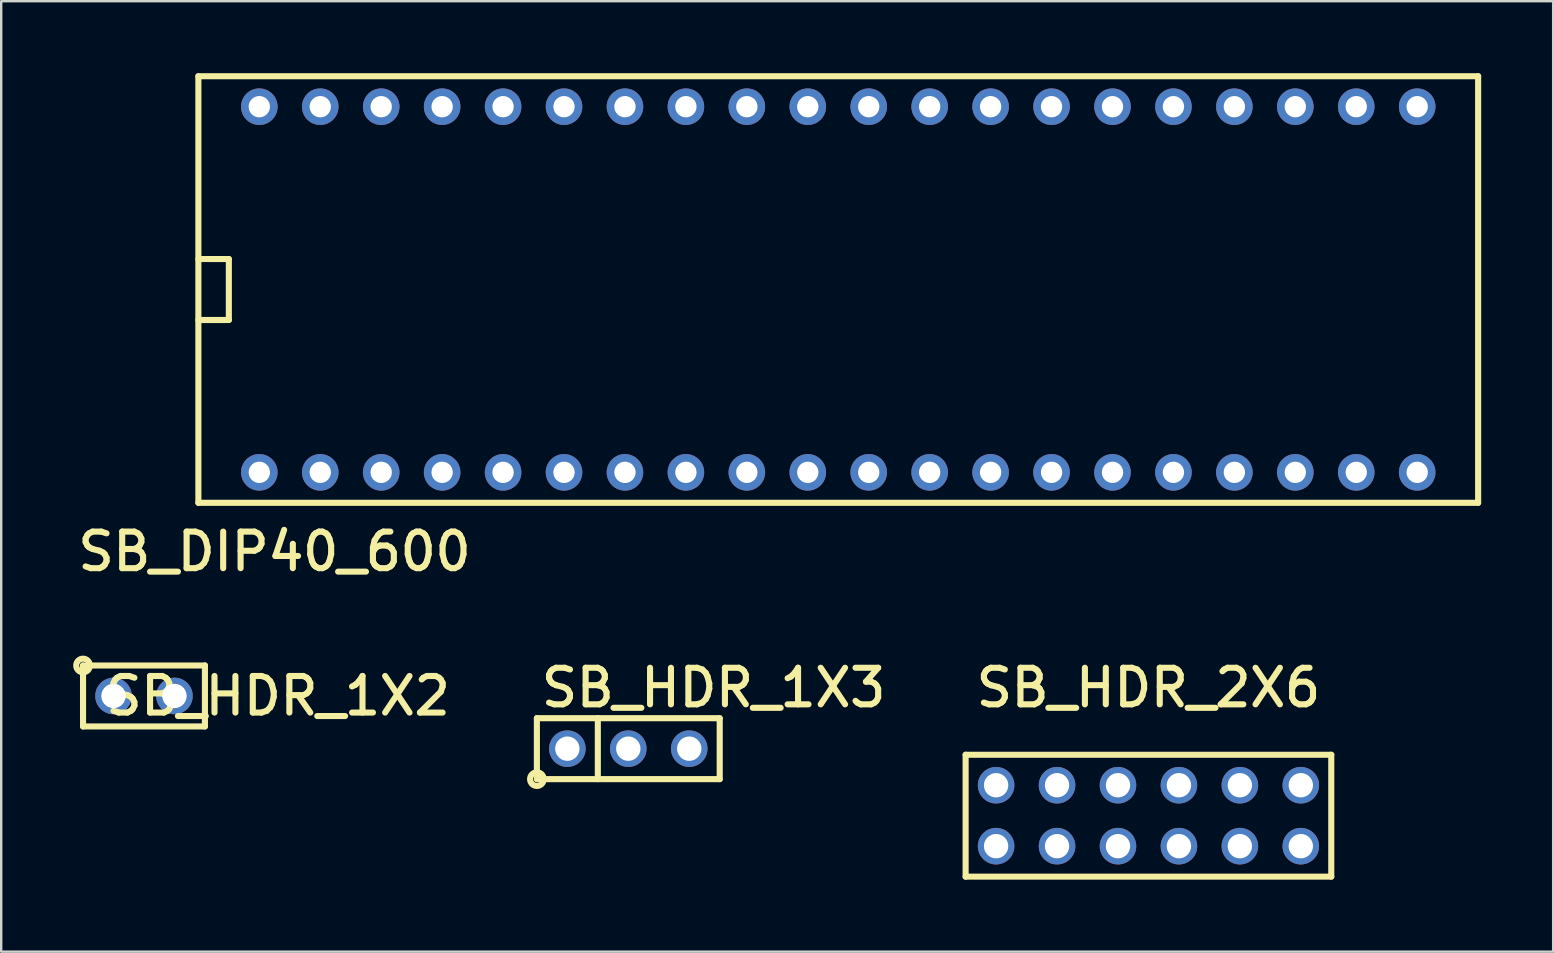
<source format=kicad_pcb>
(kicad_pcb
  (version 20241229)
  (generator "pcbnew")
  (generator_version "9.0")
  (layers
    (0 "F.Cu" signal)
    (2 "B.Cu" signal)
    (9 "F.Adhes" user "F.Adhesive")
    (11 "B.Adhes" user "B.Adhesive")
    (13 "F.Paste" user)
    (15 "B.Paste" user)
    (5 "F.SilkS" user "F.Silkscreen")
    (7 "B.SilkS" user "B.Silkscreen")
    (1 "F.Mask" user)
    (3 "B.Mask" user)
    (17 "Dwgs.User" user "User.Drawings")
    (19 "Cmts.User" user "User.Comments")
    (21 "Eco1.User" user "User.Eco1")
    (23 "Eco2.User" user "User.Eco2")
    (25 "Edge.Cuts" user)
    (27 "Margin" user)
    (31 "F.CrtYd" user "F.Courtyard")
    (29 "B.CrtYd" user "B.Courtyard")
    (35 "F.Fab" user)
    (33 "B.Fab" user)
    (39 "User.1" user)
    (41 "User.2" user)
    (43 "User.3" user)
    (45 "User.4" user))
  (footprint "SB_HDR_1X2"
    (layer "F.Cu")
    (at 1.681 25.957)
    (property "Reference" "SB_HDR_1X2" (at 6.858 0 0) (layer "F.SilkS") (effects (font (size 1.524 1.524) (thickness 0.254))))
    (attr through_hole)
    (fp_line (start -1.27 -1.27) (end -1.27 1.27) (stroke (width 0.254) (type solid)) (layer "F.SilkS"))
    (fp_line (start -1.27 1.27) (end 3.81 1.27) (stroke (width 0.254) (type solid)) (layer "F.SilkS"))
    (fp_line (start 3.81 -1.27) (end -1.27 -1.27) (stroke (width 0.254) (type solid)) (layer "F.SilkS"))
    (fp_line (start 3.81 1.27) (end 3.81 -1.27) (stroke (width 0.254) (type solid)) (layer "F.SilkS"))
    (fp_circle (center -1.27 -1.27) (end -1.143 -1.016) (stroke (width 0.254) (type solid)) (fill no) (layer "F.SilkS"))
    (pad "1" thru_hole circle (at 0 0 270) (size 1.524 1.524) (drill 1.016) (layers "*.Cu" "*.Mask"))
    (pad "2" thru_hole circle (at 2.54 0 270) (size 1.524 1.524) (drill 1.016) (layers "*.Cu" "*.Mask")))
  (footprint "SB_DIP40_600"
    (layer "F.Cu")
    (at 7.758 16.637)
    (property "Reference" "SB_DIP40_600" (at 0.635 3.302 0) (layer "F.SilkS") (effects (font (size 1.524 1.524) (thickness 0.254))))
    (attr through_hole)
    (fp_line (start -2.54 -16.51) (end -2.54 1.27) (stroke (width 0.254) (type solid)) (layer "F.SilkS"))
    (fp_line (start -2.54 -6.35) (end -1.27 -6.35) (stroke (width 0.254) (type solid)) (layer "F.SilkS"))
    (fp_line (start -2.54 1.27) (end 50.8 1.27) (stroke (width 0.254) (type solid)) (layer "F.SilkS"))
    (fp_line (start -1.27 -8.89) (end -2.54 -8.89) (stroke (width 0.254) (type solid)) (layer "F.SilkS"))
    (fp_line (start -1.27 -6.35) (end -1.27 -8.89) (stroke (width 0.254) (type solid)) (layer "F.SilkS"))
    (fp_line (start 50.8 -16.51) (end -2.54 -16.51) (stroke (width 0.254) (type solid)) (layer "F.SilkS"))
    (fp_line (start 50.8 1.27) (end 50.8 -16.51) (stroke (width 0.254) (type solid)) (layer "F.SilkS"))
    (pad "1" thru_hole circle (at 0 0) (size 1.524 1.524) (drill 0.889) (layers "*.Cu" "*.Mask"))
    (pad "2" thru_hole circle (at 2.54 0) (size 1.524 1.524) (drill 0.889) (layers "*.Cu" "*.Mask"))
    (pad "3" thru_hole circle (at 5.08 0) (size 1.524 1.524) (drill 0.889) (layers "*.Cu" "*.Mask"))
    (pad "4" thru_hole circle (at 7.62 0) (size 1.524 1.524) (drill 0.889) (layers "*.Cu" "*.Mask"))
    (pad "5" thru_hole circle (at 10.16 0) (size 1.524 1.524) (drill 0.889) (layers "*.Cu" "*.Mask"))
    (pad "6" thru_hole circle (at 12.7 0) (size 1.524 1.524) (drill 0.889) (layers "*.Cu" "*.Mask"))
    (pad "7" thru_hole circle (at 15.24 0) (size 1.524 1.524) (drill 0.889) (layers "*.Cu" "*.Mask"))
    (pad "8" thru_hole circle (at 17.78 0) (size 1.524 1.524) (drill 0.889) (layers "*.Cu" "*.Mask"))
    (pad "9" thru_hole circle (at 20.32 0) (size 1.524 1.524) (drill 0.889) (layers "*.Cu" "*.Mask"))
    (pad "10" thru_hole circle (at 22.86 0) (size 1.524 1.524) (drill 0.889) (layers "*.Cu" "*.Mask"))
    (pad "11" thru_hole circle (at 25.4 0) (size 1.524 1.524) (drill 0.889) (layers "*.Cu" "*.Mask"))
    (pad "12" thru_hole circle (at 27.94 0) (size 1.524 1.524) (drill 0.889) (layers "*.Cu" "*.Mask"))
    (pad "13" thru_hole circle (at 30.48 0 180) (size 1.524 1.524) (drill 0.889) (layers "*.Cu" "*.Mask"))
    (pad "14" thru_hole circle (at 33.02 0 180) (size 1.524 1.524) (drill 0.889) (layers "*.Cu" "*.Mask"))
    (pad "15" thru_hole circle (at 35.56 0 180) (size 1.524 1.524) (drill 0.889) (layers "*.Cu" "*.Mask"))
    (pad "16" thru_hole circle (at 38.1 0 180) (size 1.524 1.524) (drill 0.889) (layers "*.Cu" "*.Mask"))
    (pad "17" thru_hole circle (at 40.64 0 180) (size 1.524 1.524) (drill 0.889) (layers "*.Cu" "*.Mask"))
    (pad "18" thru_hole circle (at 43.18 0 180) (size 1.524 1.524) (drill 0.889) (layers "*.Cu" "*.Mask"))
    (pad "19" thru_hole circle (at 45.72 0 180) (size 1.524 1.524) (drill 0.889) (layers "*.Cu" "*.Mask"))
    (pad "20" thru_hole circle (at 48.26 0 180) (size 1.524 1.524) (drill 0.889) (layers "*.Cu" "*.Mask"))
    (pad "21" thru_hole circle (at 48.26 -15.24) (size 1.524 1.524) (drill 0.889) (layers "*.Cu" "*.Mask"))
    (pad "22" thru_hole circle (at 45.72 -15.24) (size 1.524 1.524) (drill 0.889) (layers "*.Cu" "*.Mask"))
    (pad "23" thru_hole circle (at 43.18 -15.24) (size 1.524 1.524) (drill 0.889) (layers "*.Cu" "*.Mask"))
    (pad "24" thru_hole circle (at 40.64 -15.24) (size 1.524 1.524) (drill 0.889) (layers "*.Cu" "*.Mask"))
    (pad "25" thru_hole circle (at 38.1 -15.24) (size 1.524 1.524) (drill 0.889) (layers "*.Cu" "*.Mask"))
    (pad "26" thru_hole circle (at 35.56 -15.24) (size 1.524 1.524) (drill 0.889) (layers "*.Cu" "*.Mask"))
    (pad "27" thru_hole circle (at 33.02 -15.24) (size 1.524 1.524) (drill 0.889) (layers "*.Cu" "*.Mask"))
    (pad "28" thru_hole circle (at 30.48 -15.24) (size 1.524 1.524) (drill 0.889) (layers "*.Cu" "*.Mask"))
    (pad "29" thru_hole circle (at 27.94 -15.24) (size 1.524 1.524) (drill 0.889) (layers "*.Cu" "*.Mask"))
    (pad "30" thru_hole circle (at 25.4 -15.24) (size 1.524 1.524) (drill 0.889) (layers "*.Cu" "*.Mask"))
    (pad "31" thru_hole circle (at 22.86 -15.24) (size 1.524 1.524) (drill 0.889) (layers "*.Cu" "*.Mask"))
    (pad "32" thru_hole circle (at 20.32 -15.24) (size 1.524 1.524) (drill 0.889) (layers "*.Cu" "*.Mask"))
    (pad "33" thru_hole circle (at 17.78 -15.24) (size 1.524 1.524) (drill 0.889) (layers "*.Cu" "*.Mask"))
    (pad "34" thru_hole circle (at 15.24 -15.24) (size 1.524 1.524) (drill 0.889) (layers "*.Cu" "*.Mask"))
    (pad "35" thru_hole circle (at 12.7 -15.24) (size 1.524 1.524) (drill 0.889) (layers "*.Cu" "*.Mask"))
    (pad "36" thru_hole circle (at 10.16 -15.24) (size 1.524 1.524) (drill 0.889) (layers "*.Cu" "*.Mask"))
    (pad "37" thru_hole circle (at 7.62 -15.24) (size 1.524 1.524) (drill 0.889) (layers "*.Cu" "*.Mask"))
    (pad "38" thru_hole circle (at 5.08 -15.24) (size 1.524 1.524) (drill 0.889) (layers "*.Cu" "*.Mask"))
    (pad "39" thru_hole circle (at 2.54 -15.24) (size 1.524 1.524) (drill 0.889) (layers "*.Cu" "*.Mask"))
    (pad "40" thru_hole circle (at 0 -15.24) (size 1.524 1.524) (drill 0.889) (layers "*.Cu" "*.Mask")))
  (footprint "SB_HDR_2X6"
    (layer "F.Cu")
    (at 38.467 32.218)
    (property "Reference" "SB_HDR_2X6" (at 6.35 -6.604 0) (layer "F.SilkS") (effects (font (size 1.524 1.524) (thickness 0.254))))
    (attr through_hole)
    (fp_line (start -1.27 -3.81) (end -1.27 1.27) (stroke (width 0.254) (type solid)) (layer "F.SilkS"))
    (fp_line (start -1.27 1.27) (end 13.97 1.27) (stroke (width 0.254) (type solid)) (layer "F.SilkS"))
    (fp_line (start 13.97 -3.81) (end -1.27 -3.81) (stroke (width 0.254) (type solid)) (layer "F.SilkS"))
    (fp_line (start 13.97 1.27) (end 13.97 -3.81) (stroke (width 0.254) (type solid)) (layer "F.SilkS"))
    (pad "1" thru_hole circle (at 0 0) (size 1.524 1.524) (drill 1.016) (layers "*.Cu" "*.Mask"))
    (pad "2" thru_hole circle (at 0 -2.54) (size 1.524 1.524) (drill 1.016) (layers "*.Cu" "*.Mask"))
    (pad "3" thru_hole circle (at 2.54 0) (size 1.524 1.524) (drill 1.016) (layers "*.Cu" "*.Mask"))
    (pad "4" thru_hole circle (at 2.54 -2.54) (size 1.524 1.524) (drill 1.016) (layers "*.Cu" "*.Mask"))
    (pad "5" thru_hole circle (at 5.08 0) (size 1.524 1.524) (drill 1.016) (layers "*.Cu" "*.Mask"))
    (pad "6" thru_hole circle (at 5.08 -2.54) (size 1.524 1.524) (drill 1.016) (layers "*.Cu" "*.Mask"))
    (pad "7" thru_hole circle (at 7.62 0) (size 1.524 1.524) (drill 1.016) (layers "*.Cu" "*.Mask"))
    (pad "8" thru_hole circle (at 7.62 -2.54) (size 1.524 1.524) (drill 1.016) (layers "*.Cu" "*.Mask"))
    (pad "9" thru_hole circle (at 10.16 0) (size 1.524 1.524) (drill 1.016) (layers "*.Cu" "*.Mask"))
    (pad "10" thru_hole circle (at 10.16 -2.54) (size 1.524 1.524) (drill 1.016) (layers "*.Cu" "*.Mask"))
    (pad "11" thru_hole circle (at 12.7 0) (size 1.524 1.524) (drill 1.016) (layers "*.Cu" "*.Mask"))
    (pad "12" thru_hole circle (at 12.7 -2.54) (size 1.524 1.524) (drill 1.016) (layers "*.Cu" "*.Mask")))
  (footprint "SB_HDR_1X3"
    (layer "F.Cu")
    (at 20.597 28.154)
    (property "Reference" "SB_HDR_1X3" (at 6.096 -2.54 0) (layer "F.SilkS") (effects (font (size 1.524 1.524) (thickness 0.254))))
    (attr through_hole)
    (fp_line (start -1.27 -1.27) (end -1.27 1.27) (stroke (width 0.254) (type solid)) (layer "F.SilkS"))
    (fp_line (start -1.27 1.27) (end 6.35 1.27) (stroke (width 0.254) (type solid)) (layer "F.SilkS"))
    (fp_line (start 1.27 -1.27) (end 1.27 1.27) (stroke (width 0.254) (type solid)) (layer "F.SilkS"))
    (fp_line (start 6.35 -1.27) (end -1.27 -1.27) (stroke (width 0.254) (type solid)) (layer "F.SilkS"))
    (fp_line (start 6.35 1.27) (end 6.35 -1.27) (stroke (width 0.254) (type solid)) (layer "F.SilkS"))
    (fp_circle (center -1.27 1.27) (end -1.143 1.524) (stroke (width 0.254) (type solid)) (fill no) (layer "F.SilkS"))
    (pad "1" thru_hole circle (at 0 0 270) (size 1.524 1.524) (drill 1.016) (layers "*.Cu" "*.Mask"))
    (pad "2" thru_hole circle (at 2.54 0 270) (size 1.524 1.524) (drill 1.016) (layers "*.Cu" "*.Mask"))
    (pad "3" thru_hole circle (at 5.08 0) (size 1.524 1.524) (drill 1.016) (layers "*.Cu" "*.Mask")))
  (gr_rect
    (start -3 -3)
    (end 61.685 36.615)
    (stroke (width 0.1) (type default))
    (fill no)
    (layer "Edge.Cuts")))
</source>
